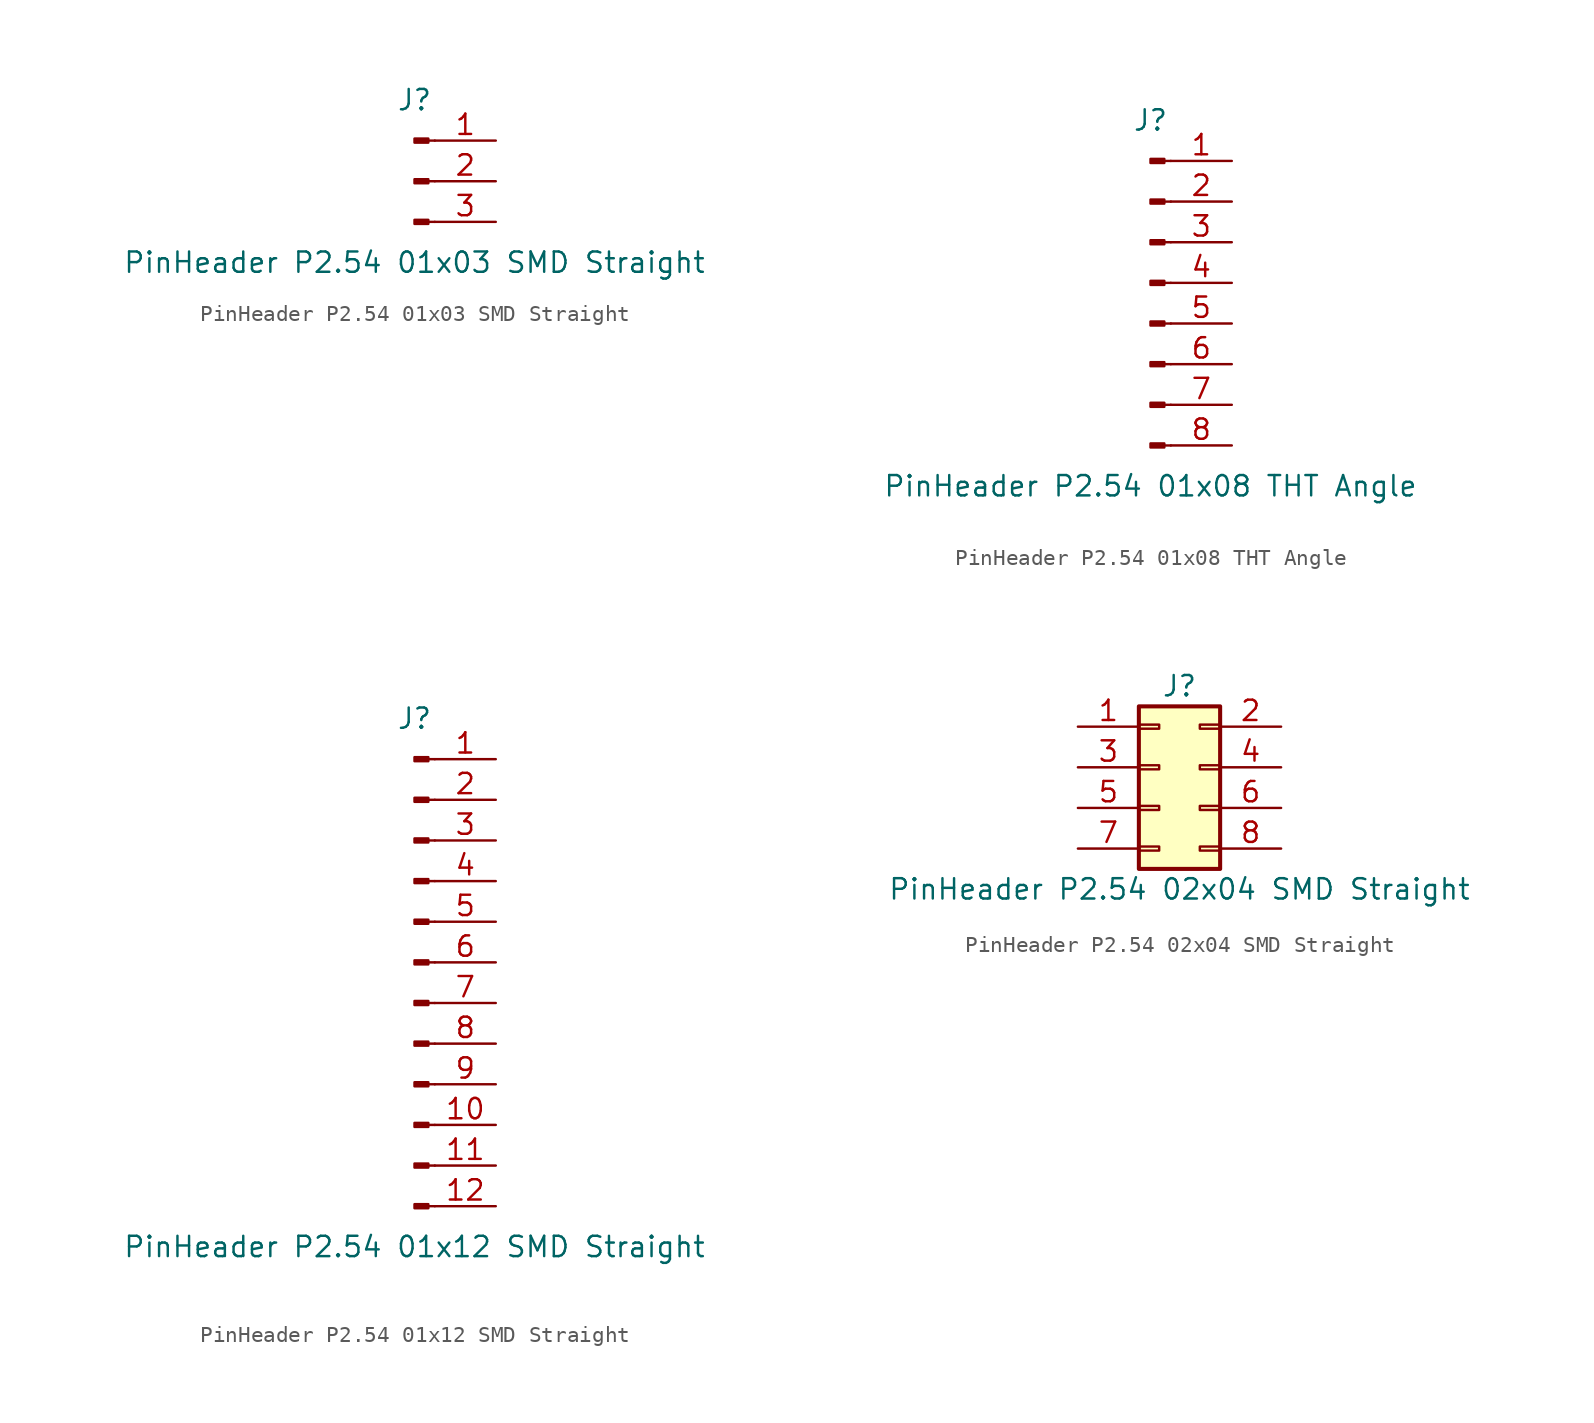
<source format=kicad_sym>
(kicad_symbol_lib
  (version 20231120)
  (generator "kicad_symbol_editor")
  (generator_version "8.0")
  (symbol "PinHeader P2.54 01x03 SMD Straight"
    (pin_names
      (offset 1.016) hide)
    (property "Reference" "J"
      (at 0 5.08 0)
      (effects (font (size 1.27 1.27))))
    (property "Value" "PinHeader P2.54 01x03 SMD Straight"
      (at 0 -5.08 0)
      (effects (font (size 1.27 1.27))))
    (symbol "PinHeader P2.54 01x03 SMD Straight_1_1"
      (polyline (pts (xy 1.27 -2.54) (xy 0.864 -2.54)) (stroke (width 0.152) (type default)) (fill (type none)))
      (polyline (pts (xy 1.27 0) (xy 0.864 0)) (stroke (width 0.152) (type default)) (fill (type none)))
      (polyline (pts (xy 1.27 2.54) (xy 0.864 2.54)) (stroke (width 0.152) (type default)) (fill (type none)))
      (rectangle (start 0.864 -2.413) (end 0 -2.667) (stroke (width 0.152) (type default)) (fill (type outline)))
      (rectangle (start 0.864 0.127) (end 0 -0.127) (stroke (width 0.152) (type default)) (fill (type outline)))
      (rectangle (start 0.864 2.667) (end 0 2.413) (stroke (width 0.152) (type default)) (fill (type outline)))
      (pin passive line (at 5.08 2.54 180) (length 3.81) (name "Pin_1" (effects (font (size 1.27 1.27)))) (number "1" (effects (font (size 1.27 1.27)))))
      (pin passive line (at 5.08 0 180) (length 3.81) (name "Pin_2" (effects (font (size 1.27 1.27)))) (number "2" (effects (font (size 1.27 1.27)))))
      (pin passive line (at 5.08 -2.54 180) (length 3.81) (name "Pin_3" (effects (font (size 1.27 1.27)))) (number "3" (effects (font (size 1.27 1.27)))))))
  (symbol "PinHeader P2.54 01x08 THT Angle"
    (pin_names
      (offset 1.016) hide)
    (property "Reference" "J"
      (at 0 10.16 0)
      (effects (font (size 1.27 1.27))))
    (property "Value" "PinHeader P2.54 01x08 THT Angle"
      (at 0 -12.7 0)
      (effects (font (size 1.27 1.27))))
    (symbol "PinHeader P2.54 01x08 THT Angle_1_1"
      (polyline (pts (xy 1.27 -10.16) (xy 0.864 -10.16)) (stroke (width 0.152) (type default)) (fill (type none)))
      (polyline (pts (xy 1.27 -7.62) (xy 0.864 -7.62)) (stroke (width 0.152) (type default)) (fill (type none)))
      (polyline (pts (xy 1.27 -5.08) (xy 0.864 -5.08)) (stroke (width 0.152) (type default)) (fill (type none)))
      (polyline (pts (xy 1.27 -2.54) (xy 0.864 -2.54)) (stroke (width 0.152) (type default)) (fill (type none)))
      (polyline (pts (xy 1.27 0) (xy 0.864 0)) (stroke (width 0.152) (type default)) (fill (type none)))
      (polyline (pts (xy 1.27 2.54) (xy 0.864 2.54)) (stroke (width 0.152) (type default)) (fill (type none)))
      (polyline (pts (xy 1.27 5.08) (xy 0.864 5.08)) (stroke (width 0.152) (type default)) (fill (type none)))
      (polyline (pts (xy 1.27 7.62) (xy 0.864 7.62)) (stroke (width 0.152) (type default)) (fill (type none)))
      (rectangle (start 0.864 -10.033) (end 0 -10.287) (stroke (width 0.152) (type default)) (fill (type outline)))
      (rectangle (start 0.864 -7.493) (end 0 -7.747) (stroke (width 0.152) (type default)) (fill (type outline)))
      (rectangle (start 0.864 -4.953) (end 0 -5.207) (stroke (width 0.152) (type default)) (fill (type outline)))
      (rectangle (start 0.864 -2.413) (end 0 -2.667) (stroke (width 0.152) (type default)) (fill (type outline)))
      (rectangle (start 0.864 0.127) (end 0 -0.127) (stroke (width 0.152) (type default)) (fill (type outline)))
      (rectangle (start 0.864 2.667) (end 0 2.413) (stroke (width 0.152) (type default)) (fill (type outline)))
      (rectangle (start 0.864 5.207) (end 0 4.953) (stroke (width 0.152) (type default)) (fill (type outline)))
      (rectangle (start 0.864 7.747) (end 0 7.493) (stroke (width 0.152) (type default)) (fill (type outline)))
      (pin passive line (at 5.08 7.62 180) (length 3.81) (name "Pin_1" (effects (font (size 1.27 1.27)))) (number "1" (effects (font (size 1.27 1.27)))))
      (pin passive line (at 5.08 5.08 180) (length 3.81) (name "Pin_2" (effects (font (size 1.27 1.27)))) (number "2" (effects (font (size 1.27 1.27)))))
      (pin passive line (at 5.08 2.54 180) (length 3.81) (name "Pin_3" (effects (font (size 1.27 1.27)))) (number "3" (effects (font (size 1.27 1.27)))))
      (pin passive line (at 5.08 0 180) (length 3.81) (name "Pin_4" (effects (font (size 1.27 1.27)))) (number "4" (effects (font (size 1.27 1.27)))))
      (pin passive line (at 5.08 -2.54 180) (length 3.81) (name "Pin_5" (effects (font (size 1.27 1.27)))) (number "5" (effects (font (size 1.27 1.27)))))
      (pin passive line (at 5.08 -5.08 180) (length 3.81) (name "Pin_6" (effects (font (size 1.27 1.27)))) (number "6" (effects (font (size 1.27 1.27)))))
      (pin passive line (at 5.08 -7.62 180) (length 3.81) (name "Pin_7" (effects (font (size 1.27 1.27)))) (number "7" (effects (font (size 1.27 1.27)))))
      (pin passive line (at 5.08 -10.16 180) (length 3.81) (name "Pin_8" (effects (font (size 1.27 1.27)))) (number "8" (effects (font (size 1.27 1.27)))))))
  (symbol "PinHeader P2.54 01x12 SMD Straight"
    (pin_names
      (offset 1.016) hide)
    (property "Reference" "J"
      (at 0 15.24 0)
      (effects (font (size 1.27 1.27))))
    (property "Value" "PinHeader P2.54 01x12 SMD Straight"
      (at 0 -17.78 0)
      (effects (font (size 1.27 1.27))))
    (symbol "PinHeader P2.54 01x12 SMD Straight_1_1"
      (polyline (pts (xy 1.27 -15.24) (xy 0.864 -15.24)) (stroke (width 0.152) (type default)) (fill (type none)))
      (polyline (pts (xy 1.27 -12.7) (xy 0.864 -12.7)) (stroke (width 0.152) (type default)) (fill (type none)))
      (polyline (pts (xy 1.27 -10.16) (xy 0.864 -10.16)) (stroke (width 0.152) (type default)) (fill (type none)))
      (polyline (pts (xy 1.27 -7.62) (xy 0.864 -7.62)) (stroke (width 0.152) (type default)) (fill (type none)))
      (polyline (pts (xy 1.27 -5.08) (xy 0.864 -5.08)) (stroke (width 0.152) (type default)) (fill (type none)))
      (polyline (pts (xy 1.27 -2.54) (xy 0.864 -2.54)) (stroke (width 0.152) (type default)) (fill (type none)))
      (polyline (pts (xy 1.27 0) (xy 0.864 0)) (stroke (width 0.152) (type default)) (fill (type none)))
      (polyline (pts (xy 1.27 2.54) (xy 0.864 2.54)) (stroke (width 0.152) (type default)) (fill (type none)))
      (polyline (pts (xy 1.27 5.08) (xy 0.864 5.08)) (stroke (width 0.152) (type default)) (fill (type none)))
      (polyline (pts (xy 1.27 7.62) (xy 0.864 7.62)) (stroke (width 0.152) (type default)) (fill (type none)))
      (polyline (pts (xy 1.27 10.16) (xy 0.864 10.16)) (stroke (width 0.152) (type default)) (fill (type none)))
      (polyline (pts (xy 1.27 12.7) (xy 0.864 12.7)) (stroke (width 0.152) (type default)) (fill (type none)))
      (rectangle (start 0.864 -15.113) (end 0 -15.367) (stroke (width 0.152) (type default)) (fill (type outline)))
      (rectangle (start 0.864 -12.573) (end 0 -12.827) (stroke (width 0.152) (type default)) (fill (type outline)))
      (rectangle (start 0.864 -10.033) (end 0 -10.287) (stroke (width 0.152) (type default)) (fill (type outline)))
      (rectangle (start 0.864 -7.493) (end 0 -7.747) (stroke (width 0.152) (type default)) (fill (type outline)))
      (rectangle (start 0.864 -4.953) (end 0 -5.207) (stroke (width 0.152) (type default)) (fill (type outline)))
      (rectangle (start 0.864 -2.413) (end 0 -2.667) (stroke (width 0.152) (type default)) (fill (type outline)))
      (rectangle (start 0.864 0.127) (end 0 -0.127) (stroke (width 0.152) (type default)) (fill (type outline)))
      (rectangle (start 0.864 2.667) (end 0 2.413) (stroke (width 0.152) (type default)) (fill (type outline)))
      (rectangle (start 0.864 5.207) (end 0 4.953) (stroke (width 0.152) (type default)) (fill (type outline)))
      (rectangle (start 0.864 7.747) (end 0 7.493) (stroke (width 0.152) (type default)) (fill (type outline)))
      (rectangle (start 0.864 10.287) (end 0 10.033) (stroke (width 0.152) (type default)) (fill (type outline)))
      (rectangle (start 0.864 12.827) (end 0 12.573) (stroke (width 0.152) (type default)) (fill (type outline)))
      (pin passive line (at 5.08 12.7 180) (length 3.81) (name "Pin_1" (effects (font (size 1.27 1.27)))) (number "1" (effects (font (size 1.27 1.27)))))
      (pin passive line (at 5.08 -10.16 180) (length 3.81) (name "Pin_10" (effects (font (size 1.27 1.27)))) (number "10" (effects (font (size 1.27 1.27)))))
      (pin passive line (at 5.08 -12.7 180) (length 3.81) (name "Pin_11" (effects (font (size 1.27 1.27)))) (number "11" (effects (font (size 1.27 1.27)))))
      (pin passive line (at 5.08 -15.24 180) (length 3.81) (name "Pin_12" (effects (font (size 1.27 1.27)))) (number "12" (effects (font (size 1.27 1.27)))))
      (pin passive line (at 5.08 10.16 180) (length 3.81) (name "Pin_2" (effects (font (size 1.27 1.27)))) (number "2" (effects (font (size 1.27 1.27)))))
      (pin passive line (at 5.08 7.62 180) (length 3.81) (name "Pin_3" (effects (font (size 1.27 1.27)))) (number "3" (effects (font (size 1.27 1.27)))))
      (pin passive line (at 5.08 5.08 180) (length 3.81) (name "Pin_4" (effects (font (size 1.27 1.27)))) (number "4" (effects (font (size 1.27 1.27)))))
      (pin passive line (at 5.08 2.54 180) (length 3.81) (name "Pin_5" (effects (font (size 1.27 1.27)))) (number "5" (effects (font (size 1.27 1.27)))))
      (pin passive line (at 5.08 0 180) (length 3.81) (name "Pin_6" (effects (font (size 1.27 1.27)))) (number "6" (effects (font (size 1.27 1.27)))))
      (pin passive line (at 5.08 -2.54 180) (length 3.81) (name "Pin_7" (effects (font (size 1.27 1.27)))) (number "7" (effects (font (size 1.27 1.27)))))
      (pin passive line (at 5.08 -5.08 180) (length 3.81) (name "Pin_8" (effects (font (size 1.27 1.27)))) (number "8" (effects (font (size 1.27 1.27)))))
      (pin passive line (at 5.08 -7.62 180) (length 3.81) (name "Pin_9" (effects (font (size 1.27 1.27)))) (number "9" (effects (font (size 1.27 1.27)))))))
  (symbol "PinHeader P2.54 02x04 SMD Straight"
    (pin_names
      (offset 1.016) hide)
    (property "Reference" "J"
      (at 1.27 5.08 0)
      (effects (font (size 1.27 1.27))))
    (property "Value" "PinHeader P2.54 02x04 SMD Straight"
      (at 1.27 -7.62 0)
      (effects (font (size 1.27 1.27))))
    (symbol "PinHeader P2.54 02x04 SMD Straight_1_1"
      (rectangle (start -1.27 -4.953) (end 0 -5.207) (stroke (width 0.152) (type default)) (fill (type none)))
      (rectangle (start -1.27 -2.413) (end 0 -2.667) (stroke (width 0.152) (type default)) (fill (type none)))
      (rectangle (start -1.27 0.127) (end 0 -0.127) (stroke (width 0.152) (type default)) (fill (type none)))
      (rectangle (start -1.27 2.667) (end 0 2.413) (stroke (width 0.152) (type default)) (fill (type none)))
      (rectangle (start -1.27 3.81) (end 3.81 -6.35) (stroke (width 0.254) (type default)) (fill (type background)))
      (rectangle (start 3.81 -4.953) (end 2.54 -5.207) (stroke (width 0.152) (type default)) (fill (type none)))
      (rectangle (start 3.81 -2.413) (end 2.54 -2.667) (stroke (width 0.152) (type default)) (fill (type none)))
      (rectangle (start 3.81 0.127) (end 2.54 -0.127) (stroke (width 0.152) (type default)) (fill (type none)))
      (rectangle (start 3.81 2.667) (end 2.54 2.413) (stroke (width 0.152) (type default)) (fill (type none)))
      (pin passive line (at -5.08 2.54 0) (length 3.81) (name "Pin_1" (effects (font (size 1.27 1.27)))) (number "1" (effects (font (size 1.27 1.27)))))
      (pin passive line (at 7.62 2.54 180) (length 3.81) (name "Pin_2" (effects (font (size 1.27 1.27)))) (number "2" (effects (font (size 1.27 1.27)))))
      (pin passive line (at -5.08 0 0) (length 3.81) (name "Pin_3" (effects (font (size 1.27 1.27)))) (number "3" (effects (font (size 1.27 1.27)))))
      (pin passive line (at 7.62 0 180) (length 3.81) (name "Pin_4" (effects (font (size 1.27 1.27)))) (number "4" (effects (font (size 1.27 1.27)))))
      (pin passive line (at -5.08 -2.54 0) (length 3.81) (name "Pin_5" (effects (font (size 1.27 1.27)))) (number "5" (effects (font (size 1.27 1.27)))))
      (pin passive line (at 7.62 -2.54 180) (length 3.81) (name "Pin_6" (effects (font (size 1.27 1.27)))) (number "6" (effects (font (size 1.27 1.27)))))
      (pin passive line (at -5.08 -5.08 0) (length 3.81) (name "Pin_7" (effects (font (size 1.27 1.27)))) (number "7" (effects (font (size 1.27 1.27)))))
      (pin passive line (at 7.62 -5.08 180) (length 3.81) (name "Pin_8" (effects (font (size 1.27 1.27)))) (number "8" (effects (font (size 1.27 1.27))))))))
</source>
